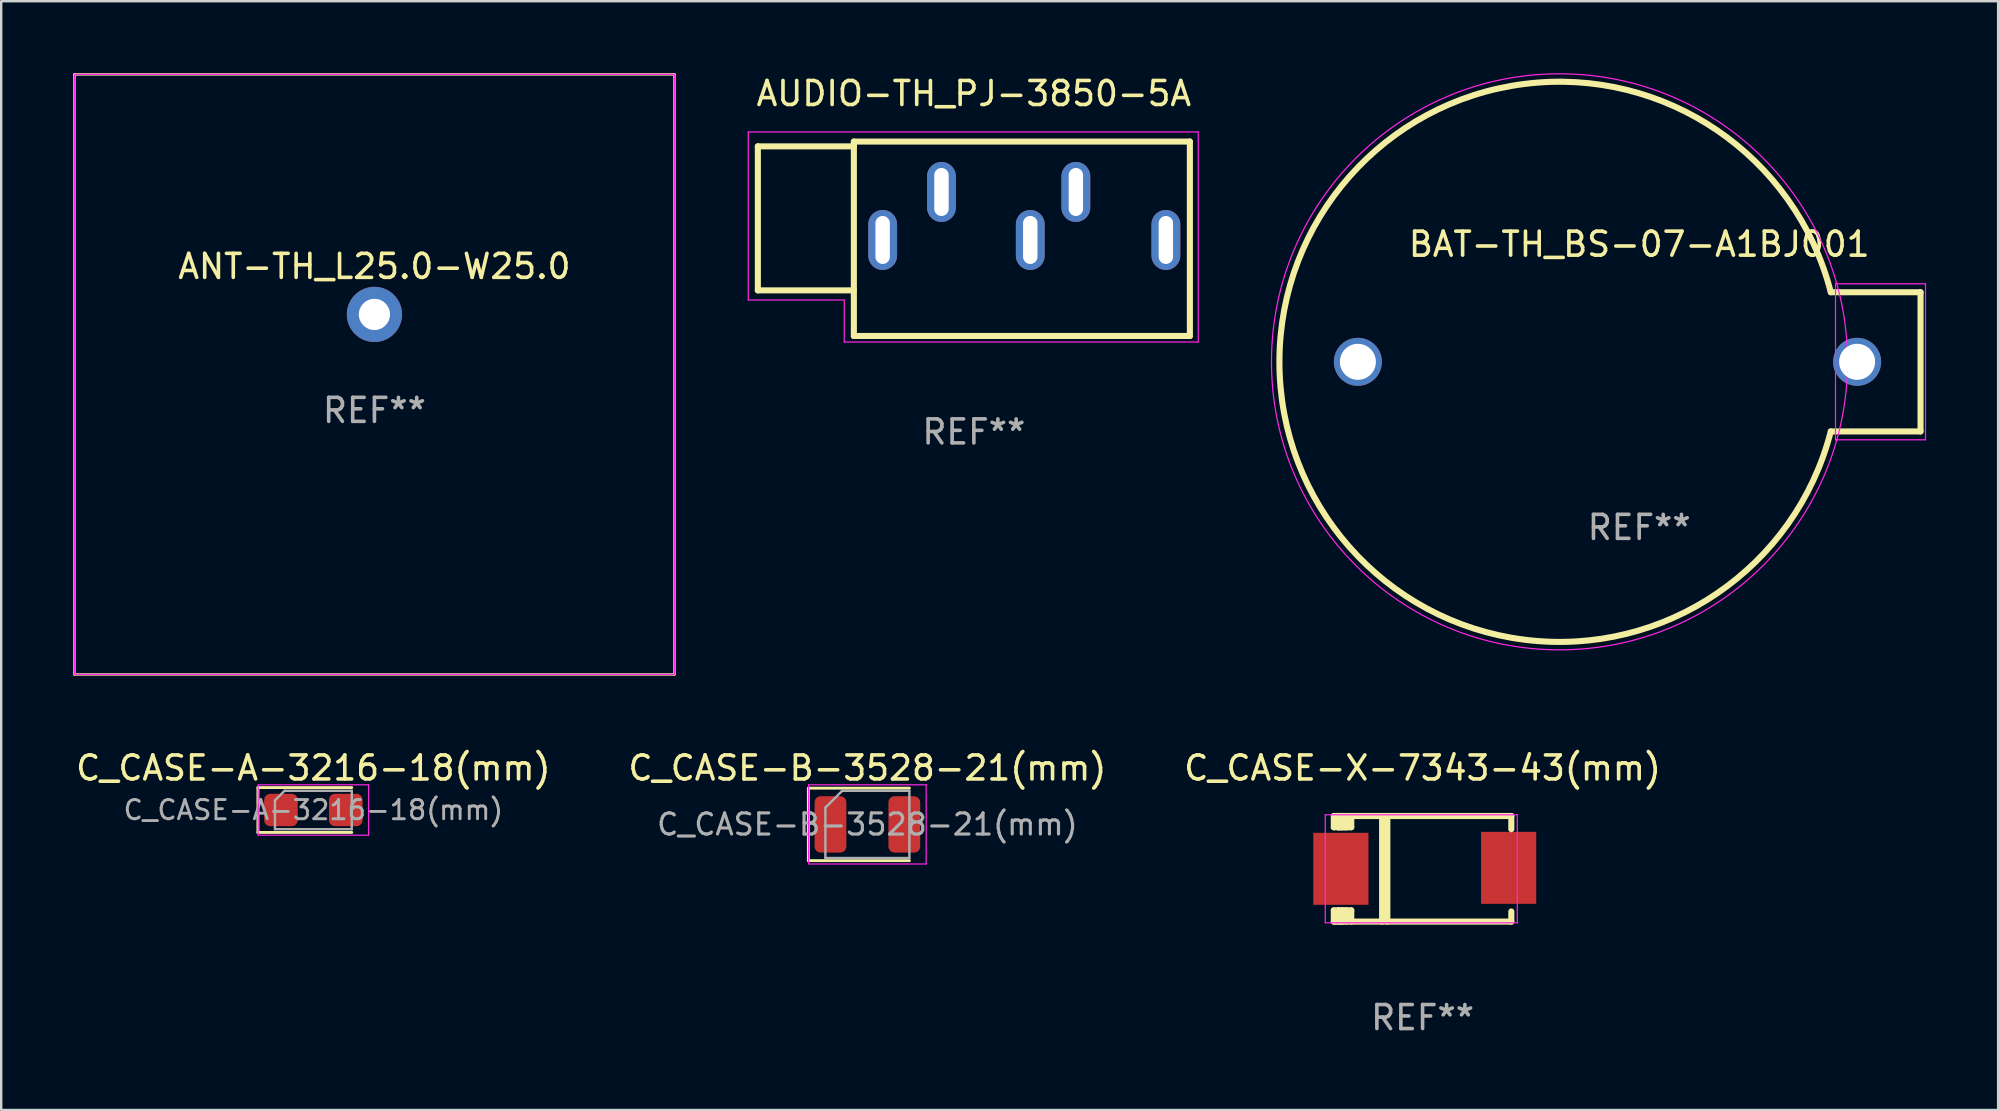
<source format=kicad_pcb>
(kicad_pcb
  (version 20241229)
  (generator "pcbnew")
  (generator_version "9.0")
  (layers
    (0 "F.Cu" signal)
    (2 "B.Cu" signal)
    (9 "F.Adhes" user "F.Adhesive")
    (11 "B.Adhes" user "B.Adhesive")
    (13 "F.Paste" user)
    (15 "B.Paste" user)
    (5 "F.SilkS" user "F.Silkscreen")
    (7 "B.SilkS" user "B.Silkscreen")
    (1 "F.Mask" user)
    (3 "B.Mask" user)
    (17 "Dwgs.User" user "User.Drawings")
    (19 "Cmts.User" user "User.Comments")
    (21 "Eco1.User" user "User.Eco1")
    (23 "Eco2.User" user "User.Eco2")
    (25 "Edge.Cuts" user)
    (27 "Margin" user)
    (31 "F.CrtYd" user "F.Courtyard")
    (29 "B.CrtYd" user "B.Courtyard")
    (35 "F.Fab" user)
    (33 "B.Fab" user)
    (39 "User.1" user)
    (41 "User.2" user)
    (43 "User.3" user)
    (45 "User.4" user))
  (footprint "AUDIO-TH_PJ-3850-5A"
    (layer "F.Cu")
    (at 39.625 5.948)
    (property "Reference" "AUDIO-TH_PJ-3850-5A" (at -2.1 -5.1 0) (layer "F.SilkS") (effects (font (size 1 1) (thickness 0.15))))
    (attr through_hole)
    (fp_line (start -11.1 -2.9) (end -11.1 3.1) (stroke (width 0.254) (type solid)) (layer "F.SilkS"))
    (fp_line (start -11.1 3.1) (end -7.1 3.1) (stroke (width 0.254) (type solid)) (layer "F.SilkS"))
    (fp_line (start -7.1 -3.1) (end -7.1 -2.9) (stroke (width 0.254) (type solid)) (layer "F.SilkS"))
    (fp_line (start -7.1 -2.9) (end -11.1 -2.9) (stroke (width 0.254) (type solid)) (layer "F.SilkS"))
    (fp_line (start -7.1 -2.9) (end -7.1 3.1) (stroke (width 0.254) (type solid)) (layer "F.SilkS"))
    (fp_line (start -7.1 3.1) (end -7.1 5) (stroke (width 0.254) (type solid)) (layer "F.SilkS"))
    (fp_line (start -7.1 5) (end 6.9 5) (stroke (width 0.254) (type solid)) (layer "F.SilkS"))
    (fp_line (start 6.9 -3.1) (end -7.1 -3.1) (stroke (width 0.254) (type solid)) (layer "F.SilkS"))
    (fp_line (start 6.9 5) (end 6.9 -3.1) (stroke (width 0.254) (type solid)) (layer "F.SilkS"))
    (fp_line (start -11.5 -3.5) (end 7.25 -3.5) (stroke (width 0.05) (type default)) (layer "F.CrtYd"))
    (fp_line (start -11.5 3.5) (end -11.5 -3.5) (stroke (width 0.05) (type default)) (layer "F.CrtYd"))
    (fp_line (start -7.5 3.5) (end -11.5 3.5) (stroke (width 0.05) (type default)) (layer "F.CrtYd"))
    (fp_line (start -7.5 5.25) (end -7.5 3.5) (stroke (width 0.05) (type default)) (layer "F.CrtYd"))
    (fp_line (start 7.25 -3.5) (end 7.25 5.25) (stroke (width 0.05) (type default)) (layer "F.CrtYd"))
    (fp_line (start 7.25 5.25) (end -7.5 5.25) (stroke (width 0.05) (type default)) (layer "F.CrtYd"))
    (fp_text user "REF**" (at -2.1 9 0) (layer "F.Fab") (effects (font (size 1 1) (thickness 0.15))))
    (pad "1" thru_hole oval (at -5.9 1) (size 1.2 2.5) (drill oval 0.6 2) (layers "*.Cu" "*.Mask"))
    (pad "2" thru_hole oval (at -3.45 -1) (size 1.2 2.5) (drill oval 0.6 2) (layers "*.Cu" "*.Mask"))
    (pad "3" thru_hole oval (at 2.15 -1) (size 1.2 2.5) (drill oval 0.6 2) (layers "*.Cu" "*.Mask"))
    (pad "4" thru_hole oval (at 0.25 1) (size 1.2 2.5) (drill oval 0.6 2) (layers "*.Cu" "*.Mask"))
    (pad "5" thru_hole oval (at 5.9 1) (size 1.2 2.5) (drill oval 0.6 2) (layers "*.Cu" "*.Mask")))
  (footprint "ANT-TH_L25.0-W25.0"
    (layer "F.Cu")
    (at 12.55 10.05)
    (property "Reference" "ANT-TH_L25.0-W25.0" (at 0 -2 0) (layer "F.SilkS") (effects (font (size 1 1) (thickness 0.15))))
    (attr through_hole)
    (fp_line (start -12.5 -10) (end 12.5 -10) (stroke (width 0.1) (type default)) (layer "F.SilkS"))
    (fp_line (start -12.5 15) (end -12.5 -10) (stroke (width 0.1) (type default)) (layer "F.SilkS"))
    (fp_line (start 12.5 -10) (end 12.5 15) (stroke (width 0.1) (type default)) (layer "F.SilkS"))
    (fp_line (start 12.5 15) (end -12.5 15) (stroke (width 0.1) (type default)) (layer "F.SilkS"))
    (fp_line (start -12.5 -10) (end 12.5 -10) (stroke (width 0.05) (type default)) (layer "F.CrtYd"))
    (fp_line (start -12.5 15) (end -12.5 -10) (stroke (width 0.05) (type default)) (layer "F.CrtYd"))
    (fp_line (start 12.5 -10) (end 12.5 15) (stroke (width 0.05) (type default)) (layer "F.CrtYd"))
    (fp_line (start 12.5 15) (end -12.5 15) (stroke (width 0.05) (type default)) (layer "F.CrtYd"))
    (fp_text user "REF**" (at 0 4 0) (layer "F.Fab") (effects (font (size 1 1) (thickness 0.15))))
    (pad "1" thru_hole circle (at 0 0) (size 2.3 2.3) (drill 1.3) (layers "*.Cu" "*.Mask"))
    (zone (net_name "") (layer "F.Cu") (hatch edge 0.5) (connect_pads) (min_thickness 0.25) (filled_areas_thickness no) (keepout (tracks not_allowed) (vias allowed) (pads allowed) (copperpour allowed) (footprints not_allowed)) (placement (enabled no)) (fill) (polygon (pts (xy 0.05 0.05) (xy 0.05 25.05) (xy 25.05 25.05) (xy 25.05 0.05)))))
  (footprint "C_CASE-X-7343-43(mm)"
    (layer "F.Cu")
    (at 56.166 33.148)
    (property "Reference" "C_CASE-X-7343-43(mm)" (at 0.055 -4.2 0) (layer "F.SilkS") (effects (font (size 1 1) (thickness 0.15))))
    (attr smd)
    (fp_line (start -3.643 -2.2) (end -3.448 -2.2) (stroke (width 0.254) (type solid)) (layer "F.SilkS"))
    (fp_line (start -3.643 -1.731) (end -3.643 -2.2) (stroke (width 0.254) (type solid)) (layer "F.SilkS"))
    (fp_line (start -3.643 -1.731) (end -3.448 -1.731) (stroke (width 0.254) (type solid)) (layer "F.SilkS"))
    (fp_line (start -3.643 1.731) (end -3.448 1.731) (stroke (width 0.254) (type solid)) (layer "F.SilkS"))
    (fp_line (start -3.643 2.2) (end -3.643 1.731) (stroke (width 0.254) (type solid)) (layer "F.SilkS"))
    (fp_line (start -3.605 2.2) (end -3.643 2.2) (stroke (width 0.254) (type solid)) (layer "F.SilkS"))
    (fp_line (start -3.605 2.2) (end -3.292 2.2) (stroke (width 0.254) (type solid)) (layer "F.SilkS"))
    (fp_line (start -3.448 -2.2) (end 3.752 -2.2) (stroke (width 0.254) (type solid)) (layer "F.SilkS"))
    (fp_line (start -3.448 -1.731) (end -3.448 -2.2) (stroke (width 0.254) (type solid)) (layer "F.SilkS"))
    (fp_line (start -3.448 1.731) (end -3.448 1.778) (stroke (width 0.254) (type solid)) (layer "F.SilkS"))
    (fp_line (start -3.448 1.731) (end -3.123 1.731) (stroke (width 0.254) (type solid)) (layer "F.SilkS"))
    (fp_line (start -3.448 1.778) (end -3.448 1.731) (stroke (width 0.254) (type solid)) (layer "F.SilkS"))
    (fp_line (start -3.448 2.2) (end -3.448 1.778) (stroke (width 0.254) (type solid)) (layer "F.SilkS"))
    (fp_line (start -3.448 2.2) (end 3.752 2.2) (stroke (width 0.254) (type solid)) (layer "F.SilkS"))
    (fp_line (start -3.312 -2.2) (end -3.312 -1.731) (stroke (width 0.254) (type solid)) (layer "F.SilkS"))
    (fp_line (start -3.292 1.731) (end -3.292 2.2) (stroke (width 0.254) (type solid)) (layer "F.SilkS"))
    (fp_line (start -3.277 1.731) (end -3.292 1.731) (stroke (width 0.254) (type solid)) (layer "F.SilkS"))
    (fp_line (start -3.249 -2.2) (end -3.312 -2.2) (stroke (width 0.254) (type solid)) (layer "F.SilkS"))
    (fp_line (start -3.125 1.731) (end -3.125 2.2) (stroke (width 0.254) (type solid)) (layer "F.SilkS"))
    (fp_line (start -3.123 -1.731) (end -3.448 -1.731) (stroke (width 0.254) (type solid)) (layer "F.SilkS"))
    (fp_line (start -3.123 -1.731) (end -3.123 -2.2) (stroke (width 0.254) (type solid)) (layer "F.SilkS"))
    (fp_line (start -2.917 -2.2) (end -2.917 -1.731) (stroke (width 0.254) (type solid)) (layer "F.SilkS"))
    (fp_line (start -2.917 -1.731) (end -3.448 -1.731) (stroke (width 0.254) (type solid)) (layer "F.SilkS"))
    (fp_line (start -2.917 1.731) (end -3.125 1.731) (stroke (width 0.254) (type solid)) (layer "F.SilkS"))
    (fp_line (start -2.917 1.731) (end -2.917 2.2) (stroke (width 0.254) (type solid)) (layer "F.SilkS"))
    (fp_line (start -2.902 -2.2) (end -2.917 -2.2) (stroke (width 0.254) (type solid)) (layer "F.SilkS"))
    (fp_line (start -1.632 -2.2) (end -1.632 2.2) (stroke (width 0.254) (type solid)) (layer "F.SilkS"))
    (fp_line (start -1.414 -2.159) (end -1.414 2.2) (stroke (width 0.254) (type solid)) (layer "F.SilkS"))
    (fp_line (start 3.752 -2.2) (end 3.752 -1.651) (stroke (width 0.254) (type solid)) (layer "F.SilkS"))
    (fp_line (start 3.752 2.2) (end 3.752 1.778) (stroke (width 0.254) (type solid)) (layer "F.SilkS"))
    (fp_circle (center -3.498 2.15) (end -3.468 2.15) (stroke (width 0.06) (type solid)) (fill no) (layer "F.SilkS"))
    (fp_line (start -4 -2.25) (end 4 -2.25) (stroke (width 0.05) (type default)) (layer "F.CrtYd"))
    (fp_line (start -4 2.25) (end -4 -2.25) (stroke (width 0.05) (type default)) (layer "F.CrtYd"))
    (fp_line (start 4 -2.25) (end 4 2.25) (stroke (width 0.05) (type default)) (layer "F.CrtYd"))
    (fp_line (start 4 2.25) (end -4 2.25) (stroke (width 0.05) (type default)) (layer "F.CrtYd"))
    (fp_text user "REF**" (at 0.055 6.2 0) (layer "F.Fab") (effects (font (size 1 1) (thickness 0.15))))
    (pad "1" smd rect (at -3.35 0) (size 2.3 3) (layers "F.Cu" "F.Mask" "F.Paste"))
    (pad "2" smd rect (at 3.64 -0.04) (size 2.3 3) (layers "F.Cu" "F.Mask" "F.Paste")))
  (footprint "C_CASE-B-3528-21(mm)"
    (layer "F.Cu")
    (at 33.089 31.298)
    (property "Reference" "C_CASE-B-3528-21(mm)" (at 0 -2.35 0) (layer "F.SilkS") (effects (font (size 1 1) (thickness 0.15))))
    (attr smd)
    (fp_line (start -2.46 -1.51) (end -2.46 1.51) (stroke (width 0.12) (type solid)) (layer "F.SilkS"))
    (fp_line (start -2.46 1.51) (end 1.75 1.51) (stroke (width 0.12) (type solid)) (layer "F.SilkS"))
    (fp_line (start 1.75 -1.51) (end -2.46 -1.51) (stroke (width 0.12) (type solid)) (layer "F.SilkS"))
    (fp_line (start -2.45 -1.65) (end 2.45 -1.65) (stroke (width 0.05) (type solid)) (layer "F.CrtYd"))
    (fp_line (start -2.45 1.65) (end -2.45 -1.65) (stroke (width 0.05) (type solid)) (layer "F.CrtYd"))
    (fp_line (start 2.45 -1.65) (end 2.45 1.65) (stroke (width 0.05) (type solid)) (layer "F.CrtYd"))
    (fp_line (start 2.45 1.65) (end -2.45 1.65) (stroke (width 0.05) (type solid)) (layer "F.CrtYd"))
    (fp_line (start -1.75 -0.7) (end -1.75 1.4) (stroke (width 0.1) (type solid)) (layer "F.Fab"))
    (fp_line (start -1.75 1.4) (end 1.75 1.4) (stroke (width 0.1) (type solid)) (layer "F.Fab"))
    (fp_line (start -1.05 -1.4) (end -1.75 -0.7) (stroke (width 0.1) (type solid)) (layer "F.Fab"))
    (fp_line (start 1.75 -1.4) (end -1.05 -1.4) (stroke (width 0.1) (type solid)) (layer "F.Fab"))
    (fp_line (start 1.75 1.4) (end 1.75 -1.4) (stroke (width 0.1) (type solid)) (layer "F.Fab"))
    (fp_text user "${REFERENCE}" (at 0 0 0) (layer "F.Fab") (effects (font (size 0.88 0.88) (thickness 0.13))))
    (pad "1" smd roundrect (at -1.538 0) (size 1.325 2.35) (layers "F.Cu" "F.Mask" "F.Paste") (roundrect_rratio 0.189))
    (pad "2" smd roundrect (at 1.538 0) (size 1.325 2.35) (layers "F.Cu" "F.Mask" "F.Paste") (roundrect_rratio 0.189)))
  (footprint "C_CASE-A-3216-18(mm)"
    (layer "F.Cu")
    (at 10.006 30.698)
    (property "Reference" "C_CASE-A-3216-18(mm)" (at 0 -1.75 0) (layer "F.SilkS") (effects (font (size 1 1) (thickness 0.15))))
    (attr smd)
    (fp_line (start -2.31 -0.935) (end -2.31 0.935) (stroke (width 0.12) (type solid)) (layer "F.SilkS"))
    (fp_line (start -2.31 0.935) (end 1.6 0.935) (stroke (width 0.12) (type solid)) (layer "F.SilkS"))
    (fp_line (start 1.6 -0.935) (end -2.31 -0.935) (stroke (width 0.12) (type solid)) (layer "F.SilkS"))
    (fp_line (start -2.3 -1.05) (end 2.3 -1.05) (stroke (width 0.05) (type solid)) (layer "F.CrtYd"))
    (fp_line (start -2.3 1.05) (end -2.3 -1.05) (stroke (width 0.05) (type solid)) (layer "F.CrtYd"))
    (fp_line (start 2.3 -1.05) (end 2.3 1.05) (stroke (width 0.05) (type solid)) (layer "F.CrtYd"))
    (fp_line (start 2.3 1.05) (end -2.3 1.05) (stroke (width 0.05) (type solid)) (layer "F.CrtYd"))
    (fp_line (start -1.6 -0.4) (end -1.6 0.8) (stroke (width 0.1) (type solid)) (layer "F.Fab"))
    (fp_line (start -1.6 0.8) (end 1.6 0.8) (stroke (width 0.1) (type solid)) (layer "F.Fab"))
    (fp_line (start -1.2 -0.8) (end -1.6 -0.4) (stroke (width 0.1) (type solid)) (layer "F.Fab"))
    (fp_line (start 1.6 -0.8) (end -1.2 -0.8) (stroke (width 0.1) (type solid)) (layer "F.Fab"))
    (fp_line (start 1.6 0.8) (end 1.6 -0.8) (stroke (width 0.1) (type solid)) (layer "F.Fab"))
    (fp_text user "${REFERENCE}" (at 0 0 0) (layer "F.Fab") (effects (font (size 0.8 0.8) (thickness 0.12))))
    (pad "1" smd roundrect (at -1.35 0) (size 1.4 1.35) (layers "F.Cu" "F.Mask" "F.Paste") (roundrect_rratio 0.185))
    (pad "2" smd roundrect (at 1.35 0) (size 1.4 1.35) (layers "F.Cu" "F.Mask" "F.Paste") (roundrect_rratio 0.185)))
  (footprint "BAT-TH_BS-07-A1BJ001"
    (layer "F.Cu")
    (at 63.925 12.025)
    (property "Reference" "BAT-TH_BS-07-A1BJ001" (at 1.321 -4.9 0) (layer "F.SilkS") (effects (font (size 1 1) (thickness 0.15))))
    (attr through_hole)
    (fp_line (start 13.043 -2.9) (end 9.303 -2.9) (stroke (width 0.254) (type solid)) (layer "F.SilkS"))
    (fp_line (start 13.043 -2.9) (end 13.043 2.9) (stroke (width 0.254) (type solid)) (layer "F.SilkS"))
    (fp_line (start 13.043 2.9) (end 9.303 2.9) (stroke (width 0.254) (type solid)) (layer "F.SilkS"))
    (fp_arc (start 9.303073 2.9) (mid -13.669057 -0.000288) (end 9.303216 -2.899443) (stroke (width 0.254) (type solid)) (layer "F.SilkS"))
    (fp_line (start 9.5 -3.25) (end 13.25 -3.25) (stroke (width 0.05) (type default)) (layer "F.CrtYd"))
    (fp_line (start 9.5 3.25) (end 9.5 -3.25) (stroke (width 0.05) (type default)) (layer "F.CrtYd"))
    (fp_line (start 13.25 -3.25) (end 13.25 3.25) (stroke (width 0.05) (type default)) (layer "F.CrtYd"))
    (fp_line (start 13.25 3.25) (end 9.5 3.25) (stroke (width 0.05) (type default)) (layer "F.CrtYd"))
    (fp_circle (center -2 0) (end -2 12) (stroke (width 0.05) (type default)) (fill no) (layer "F.CrtYd"))
    (fp_text user "REF**" (at 1.321 6.9 0) (layer "F.Fab") (effects (font (size 1 1) (thickness 0.15))))
    (pad "1" thru_hole circle (at 10.4 0) (size 2 2) (drill 1.5) (layers "*.Cu" "*.Mask"))
    (pad "2" thru_hole circle (at -10.4 0) (size 2 2) (drill 1.5) (layers "*.Cu" "*.Mask")))
  (gr_rect
    (start -3 -3)
    (end 80.2 43.197)
    (stroke (width 0.1) (type default))
    (fill no)
    (layer "Edge.Cuts")))
</source>
